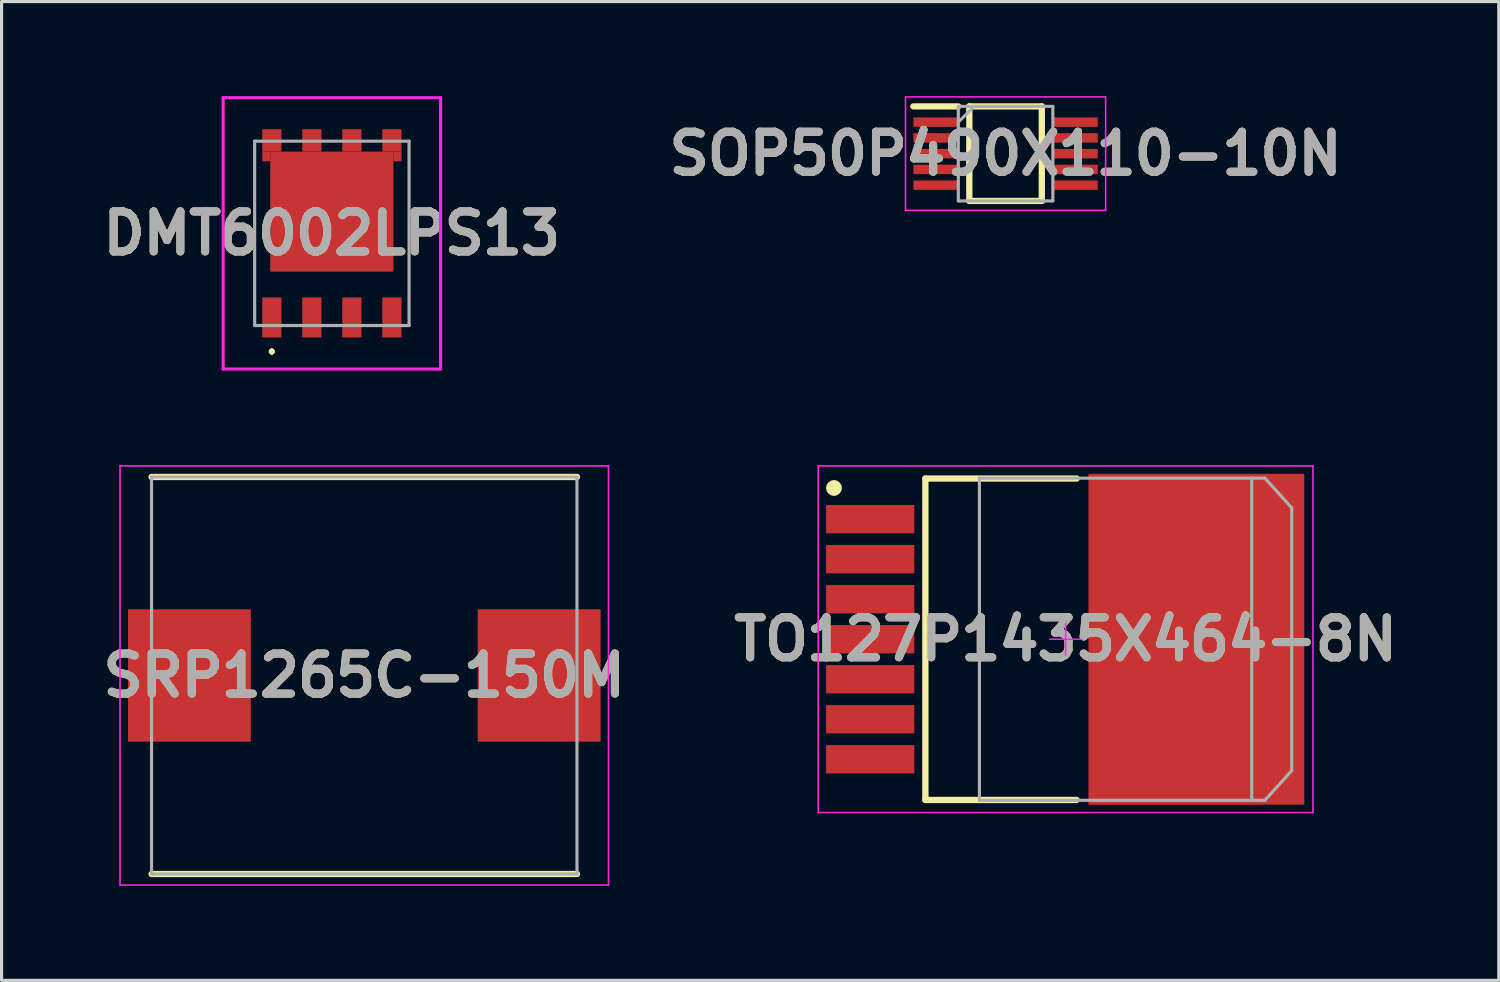
<source format=kicad_pcb>
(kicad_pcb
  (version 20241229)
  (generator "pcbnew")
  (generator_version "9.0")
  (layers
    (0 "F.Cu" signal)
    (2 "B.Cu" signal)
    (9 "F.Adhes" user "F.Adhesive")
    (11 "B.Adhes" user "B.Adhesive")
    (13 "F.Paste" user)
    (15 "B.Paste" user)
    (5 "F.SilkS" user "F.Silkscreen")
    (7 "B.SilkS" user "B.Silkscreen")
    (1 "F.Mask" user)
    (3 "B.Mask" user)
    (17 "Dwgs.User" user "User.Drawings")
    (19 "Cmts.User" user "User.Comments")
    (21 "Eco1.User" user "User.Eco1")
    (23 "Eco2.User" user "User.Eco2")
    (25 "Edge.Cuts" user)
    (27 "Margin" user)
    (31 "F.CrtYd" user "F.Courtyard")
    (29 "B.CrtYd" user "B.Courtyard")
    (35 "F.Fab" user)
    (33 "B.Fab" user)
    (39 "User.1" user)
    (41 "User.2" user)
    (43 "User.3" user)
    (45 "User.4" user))
  (footprint "TO127P1435X464-8N"
    (layer "F.Cu")
    (at 30.765 17.235)
    (property "Reference" "TO127P1435X464-8N" (at 0 0 0) (layer "F.SilkS") (effects (font (size 1.27 1.27) (thickness 0.254))))
    (attr smd)
    (fp_line (start -4.45 -5.1) (end 0.35 -5.1) (stroke (width 0.2) (type solid)) (layer "F.SilkS"))
    (fp_line (start -4.45 5.1) (end -4.45 -5.1) (stroke (width 0.2) (type solid)) (layer "F.SilkS"))
    (fp_line (start 0.35 5.1) (end -4.45 5.1) (stroke (width 0.2) (type solid)) (layer "F.SilkS"))
    (fp_circle (center -7.35 -4.8) (end -7.35 -4.675) (stroke (width 0.25) (type solid)) (fill no) (layer "F.SilkS"))
    (fp_line (start -7.85 -5.5) (end -7.85 5.5) (stroke (width 0.05) (type solid)) (layer "F.CrtYd"))
    (fp_line (start -7.85 5.5) (end 7.85 5.5) (stroke (width 0.05) (type solid)) (layer "F.CrtYd"))
    (fp_line (start -2.86 -5.205) (end -2.86 5.205) (stroke (width 0.001) (type solid)) (layer "F.CrtYd"))
    (fp_line (start -2.86 5.205) (end 6.03 5.205) (stroke (width 0.001) (type solid)) (layer "F.CrtYd"))
    (fp_line (start -0.5 0) (end 0.5 0) (stroke (width 0.05) (type solid)) (layer "F.CrtYd"))
    (fp_line (start 0 0.5) (end 0 -0.5) (stroke (width 0.05) (type solid)) (layer "F.CrtYd"))
    (fp_line (start 6.03 -5.205) (end -2.86 -5.205) (stroke (width 0.001) (type solid)) (layer "F.CrtYd"))
    (fp_line (start 6.03 5.205) (end 6.03 -5.205) (stroke (width 0.001) (type solid)) (layer "F.CrtYd"))
    (fp_line (start 7.85 -5.5) (end -7.85 -5.5) (stroke (width 0.05) (type solid)) (layer "F.CrtYd"))
    (fp_line (start 7.85 5.5) (end 7.85 -5.5) (stroke (width 0.05) (type solid)) (layer "F.CrtYd"))
    (fp_line (start -2.735 -5.112) (end -2.735 5.112) (stroke (width 0.1) (type solid)) (layer "F.Fab"))
    (fp_line (start -2.735 5.112) (end 5.905 5.112) (stroke (width 0.1) (type solid)) (layer "F.Fab"))
    (fp_line (start 5.905 -5.112) (end -2.735 -5.112) (stroke (width 0.1) (type solid)) (layer "F.Fab"))
    (fp_line (start 5.905 5.112) (end 5.905 -5.112) (stroke (width 0.1) (type solid)) (layer "F.Fab"))
    (fp_line (start 5.905 5.112) (end 6.324 5.112) (stroke (width 0.1) (type solid)) (layer "F.Fab"))
    (fp_line (start 6.324 -5.112) (end 5.905 -5.112) (stroke (width 0.1) (type solid)) (layer "F.Fab"))
    (fp_line (start 6.324 5.112) (end 7.175 4.17) (stroke (width 0.1) (type solid)) (layer "F.Fab"))
    (fp_line (start 7.175 -4.17) (end 6.324 -5.112) (stroke (width 0.1) (type solid)) (layer "F.Fab"))
    (fp_line (start 7.175 4.17) (end 7.175 -4.17) (stroke (width 0.1) (type solid)) (layer "F.Fab"))
    (fp_text user "${REFERENCE}" (at 0 0 0) (layer "F.Fab") (effects (font (size 1.27 1.27) (thickness 0.254))))
    (pad "1" smd rect (at -6.2 -3.81 90) (size 0.9 2.8) (layers "F.Cu" "F.Mask" "F.Paste"))
    (pad "2" smd rect (at -6.2 -2.54 90) (size 0.9 2.8) (layers "F.Cu" "F.Mask" "F.Paste"))
    (pad "3" smd rect (at -6.2 -1.27 90) (size 0.9 2.8) (layers "F.Cu" "F.Mask" "F.Paste"))
    (pad "4" smd rect (at -6.2 0 90) (size 0.9 2.8) (layers "F.Cu" "F.Mask" "F.Paste"))
    (pad "5" smd rect (at -6.2 1.27 90) (size 0.9 2.8) (layers "F.Cu" "F.Mask" "F.Paste"))
    (pad "6" smd rect (at -6.2 2.54 90) (size 0.9 2.8) (layers "F.Cu" "F.Mask" "F.Paste"))
    (pad "7" smd rect (at -6.2 3.81 90) (size 0.9 2.8) (layers "F.Cu" "F.Mask" "F.Paste"))
    (pad "8" smd rect (at 4.15 0) (size 6.85 10.5) (layers "F.Cu" "F.Mask" "F.Paste")))
  (footprint "SOP50P490X110-10N"
    (layer "F.Cu")
    (at 28.86 1.826)
    (property "Reference" "SOP50P490X110-10N" (at 0 0 0) (layer "F.SilkS") (effects (font (size 1.27 1.27) (thickness 0.254))))
    (attr smd)
    (fp_line (start -2.925 -1.5) (end -1.5 -1.5) (stroke (width 0.2) (type solid)) (layer "F.SilkS"))
    (fp_line (start -1.15 -1.5) (end 1.15 -1.5) (stroke (width 0.2) (type solid)) (layer "F.SilkS"))
    (fp_line (start -1.15 1.5) (end -1.15 -1.5) (stroke (width 0.2) (type solid)) (layer "F.SilkS"))
    (fp_line (start 1.15 -1.5) (end 1.15 1.5) (stroke (width 0.2) (type solid)) (layer "F.SilkS"))
    (fp_line (start 1.15 1.5) (end -1.15 1.5) (stroke (width 0.2) (type solid)) (layer "F.SilkS"))
    (fp_line (start -3.175 -1.801) (end 3.175 -1.801) (stroke (width 0.05) (type solid)) (layer "F.CrtYd"))
    (fp_line (start -3.175 1.801) (end -3.175 -1.801) (stroke (width 0.05) (type solid)) (layer "F.CrtYd"))
    (fp_line (start 3.175 -1.801) (end 3.175 1.801) (stroke (width 0.05) (type solid)) (layer "F.CrtYd"))
    (fp_line (start 3.175 1.801) (end -3.175 1.801) (stroke (width 0.05) (type solid)) (layer "F.CrtYd"))
    (fp_line (start -1.5 -1.5) (end 1.5 -1.5) (stroke (width 0.1) (type solid)) (layer "F.Fab"))
    (fp_line (start -1.5 -1) (end -1 -1.5) (stroke (width 0.1) (type solid)) (layer "F.Fab"))
    (fp_line (start -1.5 1.5) (end -1.5 -1.5) (stroke (width 0.1) (type solid)) (layer "F.Fab"))
    (fp_line (start 1.5 -1.5) (end 1.5 1.5) (stroke (width 0.1) (type solid)) (layer "F.Fab"))
    (fp_line (start 1.5 1.5) (end -1.5 1.5) (stroke (width 0.1) (type solid)) (layer "F.Fab"))
    (fp_text user "${REFERENCE}" (at 0 0 0) (layer "F.Fab") (effects (font (size 1.27 1.27) (thickness 0.254))))
    (pad "1" smd rect (at -2.212 -1 90) (size 0.3 1.425) (layers "F.Cu" "F.Mask" "F.Paste"))
    (pad "2" smd rect (at -2.212 -0.5 90) (size 0.3 1.425) (layers "F.Cu" "F.Mask" "F.Paste"))
    (pad "3" smd rect (at -2.212 0 90) (size 0.3 1.425) (layers "F.Cu" "F.Mask" "F.Paste"))
    (pad "4" smd rect (at -2.212 0.5 90) (size 0.3 1.425) (layers "F.Cu" "F.Mask" "F.Paste"))
    (pad "5" smd rect (at -2.212 1 90) (size 0.3 1.425) (layers "F.Cu" "F.Mask" "F.Paste"))
    (pad "6" smd rect (at 2.212 1 90) (size 0.3 1.425) (layers "F.Cu" "F.Mask" "F.Paste"))
    (pad "7" smd rect (at 2.212 0.5 90) (size 0.3 1.425) (layers "F.Cu" "F.Mask" "F.Paste"))
    (pad "8" smd rect (at 2.212 0 90) (size 0.3 1.425) (layers "F.Cu" "F.Mask" "F.Paste"))
    (pad "9" smd rect (at 2.212 -0.5 90) (size 0.3 1.425) (layers "F.Cu" "F.Mask" "F.Paste"))
    (pad "10" smd rect (at 2.212 -1 90) (size 0.3 1.425) (layers "F.Cu" "F.Mask" "F.Paste")))
  (footprint "SRP1265C-150M"
    (layer "F.Cu")
    (at 8.509 18.385)
    (property "Reference" "SRP1265C-150M" (at 0 0 0) (layer "F.SilkS") (effects (font (size 1.27 1.27) (thickness 0.254))))
    (attr smd)
    (fp_line (start -6.75 6.3) (end 6.75 6.3) (stroke (width 0.2) (type solid)) (layer "F.SilkS"))
    (fp_line (start 6.75 -6.3) (end -6.75 -6.3) (stroke (width 0.2) (type solid)) (layer "F.SilkS"))
    (fp_line (start -7.75 -6.65) (end 7.75 -6.65) (stroke (width 0.05) (type solid)) (layer "F.CrtYd"))
    (fp_line (start -7.75 6.65) (end -7.75 -6.65) (stroke (width 0.05) (type solid)) (layer "F.CrtYd"))
    (fp_line (start 7.75 -6.65) (end 7.75 6.65) (stroke (width 0.05) (type solid)) (layer "F.CrtYd"))
    (fp_line (start 7.75 6.65) (end -7.75 6.65) (stroke (width 0.05) (type solid)) (layer "F.CrtYd"))
    (fp_line (start -6.75 -6.3) (end 6.75 -6.3) (stroke (width 0.1) (type solid)) (layer "F.Fab"))
    (fp_line (start -6.75 6.3) (end -6.75 -6.3) (stroke (width 0.1) (type solid)) (layer "F.Fab"))
    (fp_line (start 6.75 -6.3) (end 6.75 6.3) (stroke (width 0.1) (type solid)) (layer "F.Fab"))
    (fp_line (start 6.75 6.3) (end -6.75 6.3) (stroke (width 0.1) (type solid)) (layer "F.Fab"))
    (fp_text user "${REFERENCE}" (at 0 0 0) (layer "F.Fab") (effects (font (size 1.27 1.27) (thickness 0.254))))
    (pad "1" smd rect (at -5.55 0) (size 3.9 4.2) (layers "F.Cu" "F.Mask" "F.Paste"))
    (pad "2" smd rect (at 5.55 0) (size 3.9 4.2) (layers "F.Cu" "F.Mask" "F.Paste")))
  (footprint "DMT6002LPS13"
    (layer "F.Cu")
    (at 7.481 4.355)
    (property "Reference" "DMT6002LPS13" (at 0 0 0) (layer "F.SilkS") (effects (font (size 1.27 1.27) (thickness 0.254))))
    (attr smd)
    (fp_line (start -1.905 3.7) (end -1.905 3.7) (stroke (width 0.1) (type solid)) (layer "F.SilkS"))
    (fp_line (start -1.905 3.8) (end -1.905 3.8) (stroke (width 0.1) (type solid)) (layer "F.SilkS"))
    (fp_arc (start -1.905 3.7) (mid -1.855 3.75) (end -1.905 3.8) (stroke (width 0.1) (type solid)) (layer "F.SilkS"))
    (fp_arc (start -1.905 3.8) (mid -1.955 3.75) (end -1.905 3.7) (stroke (width 0.1) (type solid)) (layer "F.SilkS"))
    (fp_line (start -3.45 -4.305) (end 3.45 -4.305) (stroke (width 0.1) (type solid)) (layer "F.CrtYd"))
    (fp_line (start -3.45 4.305) (end -3.45 -4.305) (stroke (width 0.1) (type solid)) (layer "F.CrtYd"))
    (fp_line (start 3.45 -4.305) (end 3.45 4.305) (stroke (width 0.1) (type solid)) (layer "F.CrtYd"))
    (fp_line (start 3.45 4.305) (end -3.45 4.305) (stroke (width 0.1) (type solid)) (layer "F.CrtYd"))
    (fp_line (start -2.45 -2.925) (end 2.45 -2.925) (stroke (width 0.1) (type solid)) (layer "F.Fab"))
    (fp_line (start -2.45 2.925) (end -2.45 -2.925) (stroke (width 0.1) (type solid)) (layer "F.Fab"))
    (fp_line (start 2.45 -2.925) (end 2.45 2.925) (stroke (width 0.1) (type solid)) (layer "F.Fab"))
    (fp_line (start 2.45 2.925) (end -2.45 2.925) (stroke (width 0.1) (type solid)) (layer "F.Fab"))
    (fp_text user "${REFERENCE}" (at 0 0 0) (layer "F.Fab") (effects (font (size 1.27 1.27) (thickness 0.254))))
    (pad "1" smd rect (at -1.905 2.67) (size 0.61 1.27) (layers "F.Cu" "F.Mask" "F.Paste"))
    (pad "2" smd rect (at -0.635 2.67) (size 0.61 1.27) (layers "F.Cu" "F.Mask" "F.Paste"))
    (pad "3" smd rect (at 0.635 2.67) (size 0.61 1.27) (layers "F.Cu" "F.Mask" "F.Paste"))
    (pad "4" smd rect (at 1.905 2.67) (size 0.61 1.27) (layers "F.Cu" "F.Mask" "F.Paste"))
    (pad "5" smd rect (at 1.905 -2.95) (size 0.61 0.71) (layers "F.Cu" "F.Mask" "F.Paste"))
    (pad "6" smd rect (at 0.635 -2.95) (size 0.61 0.71) (layers "F.Cu" "F.Mask" "F.Paste"))
    (pad "7" smd rect (at -0.635 -2.95) (size 0.61 0.71) (layers "F.Cu" "F.Mask" "F.Paste"))
    (pad "8" smd rect (at -1.905 -2.95) (size 0.61 0.71) (layers "F.Cu" "F.Mask" "F.Paste"))
    (pad "9" smd rect (at 0 -0.69 90) (size 3.81 3.91) (layers "F.Cu" "F.Mask" "F.Paste"))
    (pad "10" smd rect (at 2.082 -2.44) (size 0.255 0.31) (layers "F.Cu" "F.Mask" "F.Paste"))
    (pad "11" smd rect (at -2.082 -2.44) (size 0.255 0.31) (layers "F.Cu" "F.Mask" "F.Paste")))
  (gr_rect
    (start -3 -3)
    (end 44.511 28.06)
    (stroke (width 0.1) (type default))
    (fill no)
    (layer "Edge.Cuts")))
</source>
